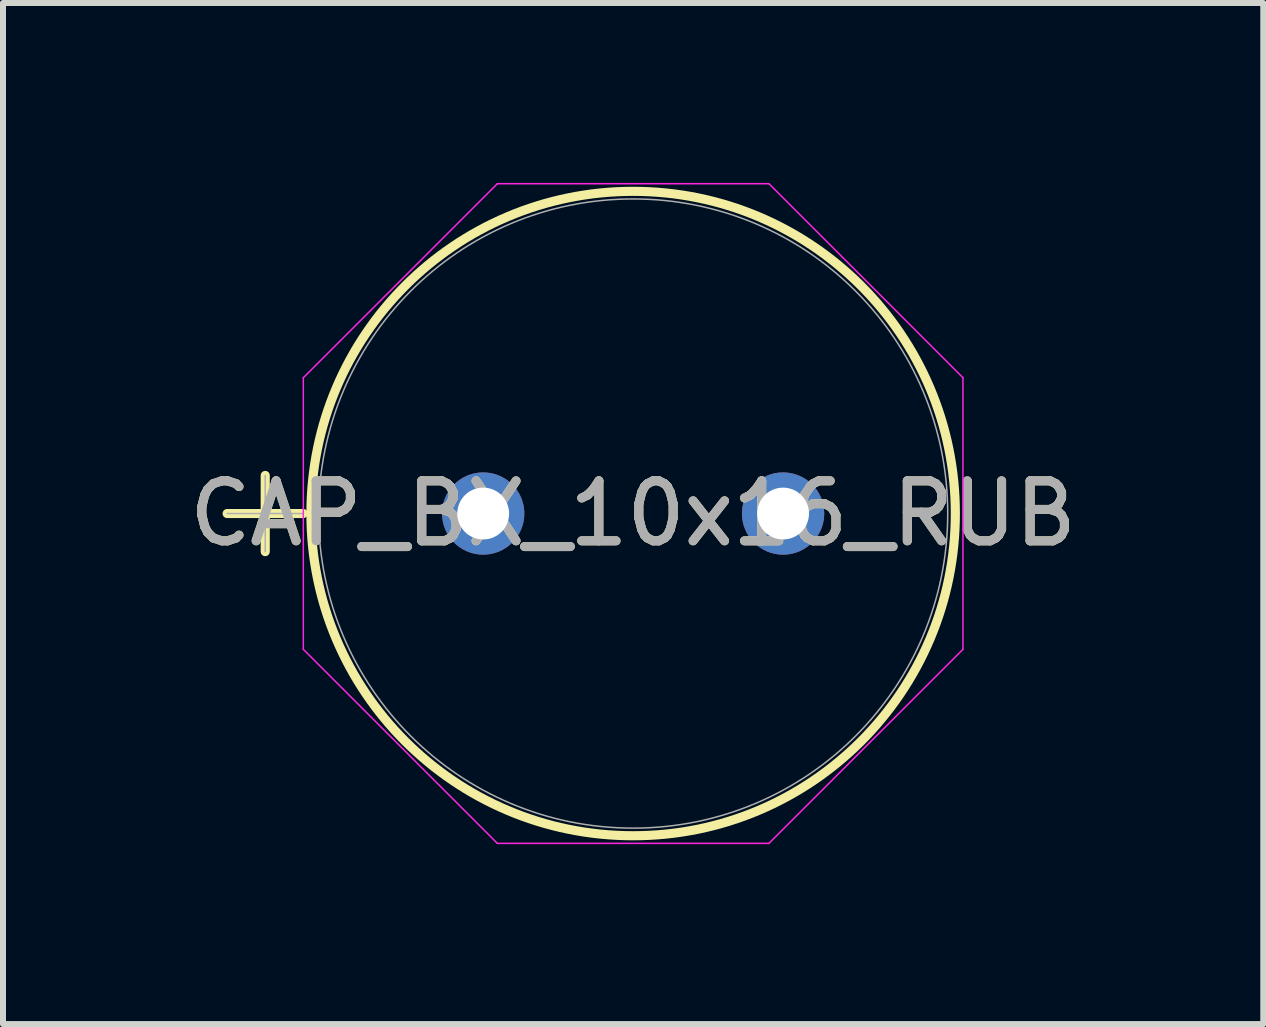
<source format=kicad_pcb>
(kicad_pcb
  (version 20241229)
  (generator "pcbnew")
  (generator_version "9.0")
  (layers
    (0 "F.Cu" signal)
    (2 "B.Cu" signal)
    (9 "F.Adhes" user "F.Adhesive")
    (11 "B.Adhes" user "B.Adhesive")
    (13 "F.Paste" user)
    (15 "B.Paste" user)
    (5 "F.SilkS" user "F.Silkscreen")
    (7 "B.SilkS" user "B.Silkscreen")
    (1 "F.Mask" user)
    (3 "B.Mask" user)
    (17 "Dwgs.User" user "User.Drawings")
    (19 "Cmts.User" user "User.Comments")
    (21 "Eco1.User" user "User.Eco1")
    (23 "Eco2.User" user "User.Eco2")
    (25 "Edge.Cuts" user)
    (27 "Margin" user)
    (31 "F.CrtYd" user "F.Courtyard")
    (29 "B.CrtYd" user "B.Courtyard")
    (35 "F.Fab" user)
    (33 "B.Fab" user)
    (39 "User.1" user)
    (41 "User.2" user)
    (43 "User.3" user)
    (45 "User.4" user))
  (footprint "CAP_BX_10x16_RUB"
    (layer "F.Cu")
    (at 5.006 5.512)
    (property "Reference" "CAP_BX_10x16_RUB" (at 2.5 0 0) (unlocked yes) (layer "F.SilkS") (effects (font (size 1 1) (thickness 0.15))))
    (attr through_hole)
    (fp_line (start -4.269 0) (end -2.999 0) (stroke (width 0.152) (type solid)) (layer "F.SilkS"))
    (fp_line (start -3.634 -0.635) (end -3.634 0.635) (stroke (width 0.152) (type solid)) (layer "F.SilkS"))
    (fp_circle (center 2.5 0) (end 7.872 0) (stroke (width 0.152) (type solid)) (fill no) (layer "F.SilkS"))
    (fp_line (start -2.999 -2.264) (end 0.236 -5.499) (stroke (width 0.025) (type solid)) (layer "F.CrtYd"))
    (fp_line (start -2.999 2.264) (end -2.999 -2.264) (stroke (width 0.025) (type solid)) (layer "F.CrtYd"))
    (fp_line (start 0.236 -5.499) (end 4.764 -5.499) (stroke (width 0.025) (type solid)) (layer "F.CrtYd"))
    (fp_line (start 0.236 5.499) (end -2.999 2.264) (stroke (width 0.025) (type solid)) (layer "F.CrtYd"))
    (fp_line (start 4.764 -5.499) (end 7.999 -2.264) (stroke (width 0.025) (type solid)) (layer "F.CrtYd"))
    (fp_line (start 4.764 5.499) (end 0.236 5.499) (stroke (width 0.025) (type solid)) (layer "F.CrtYd"))
    (fp_line (start 7.999 -2.264) (end 7.999 2.264) (stroke (width 0.025) (type solid)) (layer "F.CrtYd"))
    (fp_line (start 7.999 2.264) (end 4.764 5.499) (stroke (width 0.025) (type solid)) (layer "F.CrtYd"))
    (fp_line (start -4.269 0) (end -2.999 0) (stroke (width 0.025) (type solid)) (layer "F.Fab"))
    (fp_line (start -3.634 -0.635) (end -3.634 0.635) (stroke (width 0.025) (type solid)) (layer "F.Fab"))
    (fp_circle (center 2.5 0) (end 7.745 0) (stroke (width 0.025) (type solid)) (fill no) (layer "F.Fab"))
    (fp_text user "${REFERENCE}" (at 2.5 0 0) (unlocked yes) (layer "F.Fab") (effects (font (size 1 1) (thickness 0.15))))
    (pad "1" thru_hole circle (at 0 0) (size 1.372 1.372) (drill 0.864) (layers "*.Cu" "*.Mask"))
    (pad "2" thru_hole circle (at 5 0) (size 1.372 1.372) (drill 0.864) (layers "*.Cu" "*.Mask")))
  (gr_rect
    (start -3 -3)
    (end 18.012 14.024)
    (stroke (width 0.1) (type default))
    (fill no)
    (layer "Edge.Cuts")))
</source>
